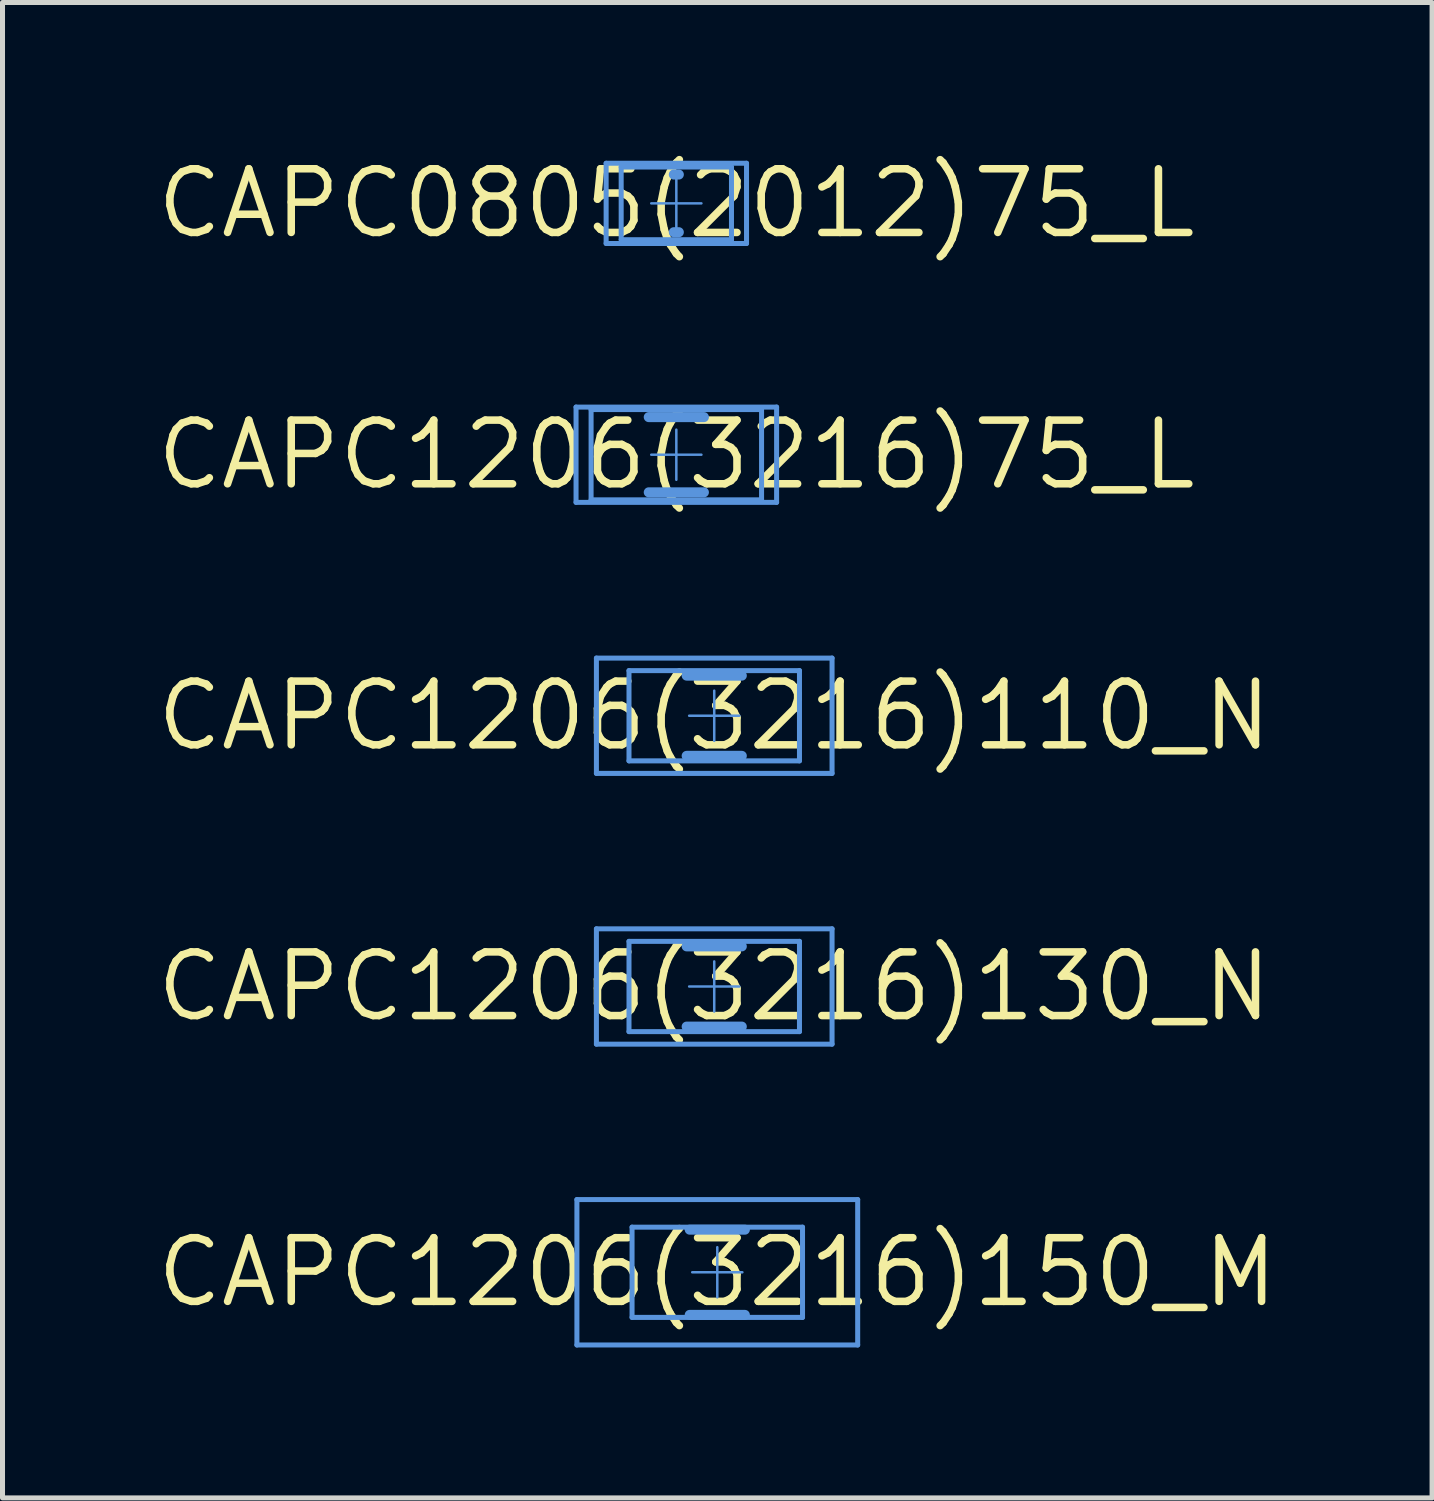
<source format=kicad_pcb>
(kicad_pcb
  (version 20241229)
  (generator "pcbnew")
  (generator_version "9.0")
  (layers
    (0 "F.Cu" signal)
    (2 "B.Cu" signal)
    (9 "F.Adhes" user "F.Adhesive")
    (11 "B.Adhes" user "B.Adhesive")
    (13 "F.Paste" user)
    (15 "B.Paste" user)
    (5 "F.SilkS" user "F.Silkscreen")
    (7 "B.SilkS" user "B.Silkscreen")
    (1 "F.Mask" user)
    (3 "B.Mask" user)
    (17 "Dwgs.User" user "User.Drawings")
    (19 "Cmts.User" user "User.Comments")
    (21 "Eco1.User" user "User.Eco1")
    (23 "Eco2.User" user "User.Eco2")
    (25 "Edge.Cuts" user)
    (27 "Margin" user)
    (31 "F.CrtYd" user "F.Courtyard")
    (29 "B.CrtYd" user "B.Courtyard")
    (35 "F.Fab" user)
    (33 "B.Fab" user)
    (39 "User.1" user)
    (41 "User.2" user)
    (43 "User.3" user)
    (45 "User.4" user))
  (footprint "CAPC1206(3216)75_L"
    (layer "F.Cu")
    (at 10.439 6.019)
    (property "Reference" "CAPC1206(3216)75_L" (at 0 0 0) (layer "F.SilkS") (effects (font (size 1.27 1.27) (thickness 0.15))))
    (attr through_hole)
    (fp_line (start -2 -0.95) (end 2 -0.95) (stroke (width 0.05) (type solid)) (layer "Cmts.User"))
    (fp_line (start -2 -0.95) (end 2 -0.95) (stroke (width 0.1) (type solid)) (layer "Cmts.User"))
    (fp_line (start -2 0.95) (end -2 -0.95) (stroke (width 0.05) (type solid)) (layer "Cmts.User"))
    (fp_line (start -2 0.95) (end -2 -0.95) (stroke (width 0.1) (type solid)) (layer "Cmts.User"))
    (fp_line (start -2 0.95) (end 2 0.95) (stroke (width 0.05) (type solid)) (layer "Cmts.User"))
    (fp_line (start -2 0.95) (end 2 0.95) (stroke (width 0.1) (type solid)) (layer "Cmts.User"))
    (fp_line (start -1.7 -0.9) (end 1.7 -0.9) (stroke (width 0.1) (type solid)) (layer "Cmts.User"))
    (fp_line (start -1.7 0.9) (end -1.7 -0.9) (stroke (width 0.1) (type solid)) (layer "Cmts.User"))
    (fp_line (start -1.7 0.9) (end 1.7 0.9) (stroke (width 0.1) (type solid)) (layer "Cmts.User"))
    (fp_line (start -0.55 -0.75) (end 0.55 -0.75) (stroke (width 0.2) (type solid)) (layer "Cmts.User"))
    (fp_line (start -0.55 0.75) (end 0.55 0.75) (stroke (width 0.2) (type solid)) (layer "Cmts.User"))
    (fp_line (start -0.5 0) (end 0.5 0) (stroke (width 0.05) (type solid)) (layer "Cmts.User"))
    (fp_line (start 0 0.5) (end 0 -0.5) (stroke (width 0.05) (type solid)) (layer "Cmts.User"))
    (fp_line (start 1.7 0.9) (end 1.7 -0.9) (stroke (width 0.1) (type solid)) (layer "Cmts.User"))
    (fp_line (start 2 0.95) (end 2 -0.95) (stroke (width 0.05) (type solid)) (layer "Cmts.User"))
    (fp_line (start 2 0.95) (end 2 -0.95) (stroke (width 0.1) (type solid)) (layer "Cmts.User")))
  (footprint "CAPC1206(3216)130_N"
    (layer "F.Cu")
    (at 11.195 16.625)
    (property "Reference" "CAPC1206(3216)130_N" (at 0 0 0) (layer "F.SilkS") (effects (font (size 1.27 1.27) (thickness 0.15))))
    (attr through_hole)
    (fp_line (start -2.35 -1.15) (end 2.35 -1.15) (stroke (width 0.05) (type solid)) (layer "Cmts.User"))
    (fp_line (start -2.35 -1.15) (end 2.35 -1.15) (stroke (width 0.1) (type solid)) (layer "Cmts.User"))
    (fp_line (start -2.35 1.15) (end -2.35 -1.15) (stroke (width 0.05) (type solid)) (layer "Cmts.User"))
    (fp_line (start -2.35 1.15) (end -2.35 -1.15) (stroke (width 0.1) (type solid)) (layer "Cmts.User"))
    (fp_line (start -2.35 1.15) (end 2.35 1.15) (stroke (width 0.05) (type solid)) (layer "Cmts.User"))
    (fp_line (start -2.35 1.15) (end 2.35 1.15) (stroke (width 0.1) (type solid)) (layer "Cmts.User"))
    (fp_line (start -1.7 -0.9) (end 1.7 -0.9) (stroke (width 0.1) (type solid)) (layer "Cmts.User"))
    (fp_line (start -1.7 0.9) (end -1.7 -0.9) (stroke (width 0.1) (type solid)) (layer "Cmts.User"))
    (fp_line (start -1.7 0.9) (end 1.7 0.9) (stroke (width 0.1) (type solid)) (layer "Cmts.User"))
    (fp_line (start -0.55 -0.8) (end 0.55 -0.8) (stroke (width 0.2) (type solid)) (layer "Cmts.User"))
    (fp_line (start -0.55 0.8) (end 0.55 0.8) (stroke (width 0.2) (type solid)) (layer "Cmts.User"))
    (fp_line (start -0.5 0) (end 0.5 0) (stroke (width 0.05) (type solid)) (layer "Cmts.User"))
    (fp_line (start 0 0.5) (end 0 -0.5) (stroke (width 0.05) (type solid)) (layer "Cmts.User"))
    (fp_line (start 1.7 0.9) (end 1.7 -0.9) (stroke (width 0.1) (type solid)) (layer "Cmts.User"))
    (fp_line (start 2.35 1.15) (end 2.35 -1.15) (stroke (width 0.05) (type solid)) (layer "Cmts.User"))
    (fp_line (start 2.35 1.15) (end 2.35 -1.15) (stroke (width 0.1) (type solid)) (layer "Cmts.User")))
  (footprint "CAPC1206(3216)110_N"
    (layer "F.Cu")
    (at 11.195 11.225)
    (property "Reference" "CAPC1206(3216)110_N" (at 0 0 0) (layer "F.SilkS") (effects (font (size 1.27 1.27) (thickness 0.15))))
    (attr through_hole)
    (fp_line (start -2.35 -1.15) (end 2.35 -1.15) (stroke (width 0.05) (type solid)) (layer "Cmts.User"))
    (fp_line (start -2.35 -1.15) (end 2.35 -1.15) (stroke (width 0.1) (type solid)) (layer "Cmts.User"))
    (fp_line (start -2.35 1.15) (end -2.35 -1.15) (stroke (width 0.05) (type solid)) (layer "Cmts.User"))
    (fp_line (start -2.35 1.15) (end -2.35 -1.15) (stroke (width 0.1) (type solid)) (layer "Cmts.User"))
    (fp_line (start -2.35 1.15) (end 2.35 1.15) (stroke (width 0.05) (type solid)) (layer "Cmts.User"))
    (fp_line (start -2.35 1.15) (end 2.35 1.15) (stroke (width 0.1) (type solid)) (layer "Cmts.User"))
    (fp_line (start -1.7 -0.9) (end 1.7 -0.9) (stroke (width 0.1) (type solid)) (layer "Cmts.User"))
    (fp_line (start -1.7 0.9) (end -1.7 -0.9) (stroke (width 0.1) (type solid)) (layer "Cmts.User"))
    (fp_line (start -1.7 0.9) (end 1.7 0.9) (stroke (width 0.1) (type solid)) (layer "Cmts.User"))
    (fp_line (start -0.55 -0.8) (end 0.55 -0.8) (stroke (width 0.2) (type solid)) (layer "Cmts.User"))
    (fp_line (start -0.55 0.8) (end 0.55 0.8) (stroke (width 0.2) (type solid)) (layer "Cmts.User"))
    (fp_line (start -0.5 0) (end 0.5 0) (stroke (width 0.05) (type solid)) (layer "Cmts.User"))
    (fp_line (start 0 0.5) (end 0 -0.5) (stroke (width 0.05) (type solid)) (layer "Cmts.User"))
    (fp_line (start 1.7 0.9) (end 1.7 -0.9) (stroke (width 0.1) (type solid)) (layer "Cmts.User"))
    (fp_line (start 2.35 1.15) (end 2.35 -1.15) (stroke (width 0.05) (type solid)) (layer "Cmts.User"))
    (fp_line (start 2.35 1.15) (end 2.35 -1.15) (stroke (width 0.1) (type solid)) (layer "Cmts.User")))
  (footprint "CAPC0805(2012)75_L"
    (layer "F.Cu")
    (at 10.439 1.006)
    (property "Reference" "CAPC0805(2012)75_L" (at 0 0 0) (layer "F.SilkS") (effects (font (size 1.27 1.27) (thickness 0.15))))
    (attr through_hole)
    (fp_line (start -1.4 -0.8) (end 1.4 -0.8) (stroke (width 0.05) (type solid)) (layer "Cmts.User"))
    (fp_line (start -1.4 -0.8) (end 1.4 -0.8) (stroke (width 0.1) (type solid)) (layer "Cmts.User"))
    (fp_line (start -1.4 0.8) (end -1.4 -0.8) (stroke (width 0.05) (type solid)) (layer "Cmts.User"))
    (fp_line (start -1.4 0.8) (end -1.4 -0.8) (stroke (width 0.1) (type solid)) (layer "Cmts.User"))
    (fp_line (start -1.4 0.8) (end 1.4 0.8) (stroke (width 0.05) (type solid)) (layer "Cmts.User"))
    (fp_line (start -1.4 0.8) (end 1.4 0.8) (stroke (width 0.1) (type solid)) (layer "Cmts.User"))
    (fp_line (start -1.1 -0.725) (end 1.1 -0.725) (stroke (width 0.1) (type solid)) (layer "Cmts.User"))
    (fp_line (start -1.1 0.725) (end -1.1 -0.725) (stroke (width 0.1) (type solid)) (layer "Cmts.User"))
    (fp_line (start -1.1 0.725) (end 1.1 0.725) (stroke (width 0.1) (type solid)) (layer "Cmts.User"))
    (fp_line (start -0.5 0) (end 0.5 0) (stroke (width 0.05) (type solid)) (layer "Cmts.User"))
    (fp_line (start -0.05 -0.575) (end 0.05 -0.575) (stroke (width 0.2) (type solid)) (layer "Cmts.User"))
    (fp_line (start -0.05 0.575) (end 0.05 0.575) (stroke (width 0.2) (type solid)) (layer "Cmts.User"))
    (fp_line (start 0 0.5) (end 0 -0.5) (stroke (width 0.05) (type solid)) (layer "Cmts.User"))
    (fp_line (start 1.1 0.725) (end 1.1 -0.725) (stroke (width 0.1) (type solid)) (layer "Cmts.User"))
    (fp_line (start 1.4 0.8) (end 1.4 -0.8) (stroke (width 0.05) (type solid)) (layer "Cmts.User"))
    (fp_line (start 1.4 0.8) (end 1.4 -0.8) (stroke (width 0.1) (type solid)) (layer "Cmts.User")))
  (footprint "CAPC1206(3216)150_M"
    (layer "F.Cu")
    (at 11.256 22.325)
    (property "Reference" "CAPC1206(3216)150_M" (at 0 0 0) (layer "F.SilkS") (effects (font (size 1.27 1.27) (thickness 0.15))))
    (attr through_hole)
    (fp_line (start -2.8 -1.45) (end 2.8 -1.45) (stroke (width 0.05) (type solid)) (layer "Cmts.User"))
    (fp_line (start -2.8 -1.45) (end 2.8 -1.45) (stroke (width 0.1) (type solid)) (layer "Cmts.User"))
    (fp_line (start -2.8 1.45) (end -2.8 -1.45) (stroke (width 0.05) (type solid)) (layer "Cmts.User"))
    (fp_line (start -2.8 1.45) (end -2.8 -1.45) (stroke (width 0.1) (type solid)) (layer "Cmts.User"))
    (fp_line (start -2.8 1.45) (end 2.8 1.45) (stroke (width 0.05) (type solid)) (layer "Cmts.User"))
    (fp_line (start -2.8 1.45) (end 2.8 1.45) (stroke (width 0.1) (type solid)) (layer "Cmts.User"))
    (fp_line (start -1.7 -0.9) (end 1.7 -0.9) (stroke (width 0.1) (type solid)) (layer "Cmts.User"))
    (fp_line (start -1.7 0.9) (end -1.7 -0.9) (stroke (width 0.1) (type solid)) (layer "Cmts.User"))
    (fp_line (start -1.7 0.9) (end 1.7 0.9) (stroke (width 0.1) (type solid)) (layer "Cmts.User"))
    (fp_line (start -0.55 -0.85) (end 0.55 -0.85) (stroke (width 0.2) (type solid)) (layer "Cmts.User"))
    (fp_line (start -0.55 0.85) (end 0.55 0.85) (stroke (width 0.2) (type solid)) (layer "Cmts.User"))
    (fp_line (start -0.5 0) (end 0.5 0) (stroke (width 0.05) (type solid)) (layer "Cmts.User"))
    (fp_line (start 0 0.5) (end 0 -0.5) (stroke (width 0.05) (type solid)) (layer "Cmts.User"))
    (fp_line (start 1.7 0.9) (end 1.7 -0.9) (stroke (width 0.1) (type solid)) (layer "Cmts.User"))
    (fp_line (start 2.8 1.45) (end 2.8 -1.45) (stroke (width 0.05) (type solid)) (layer "Cmts.User"))
    (fp_line (start 2.8 1.45) (end 2.8 -1.45) (stroke (width 0.1) (type solid)) (layer "Cmts.User")))
  (gr_rect
    (start -3 -3)
    (end 25.512 26.825)
    (stroke (width 0.1) (type default))
    (fill no)
    (layer "Edge.Cuts")))
</source>
